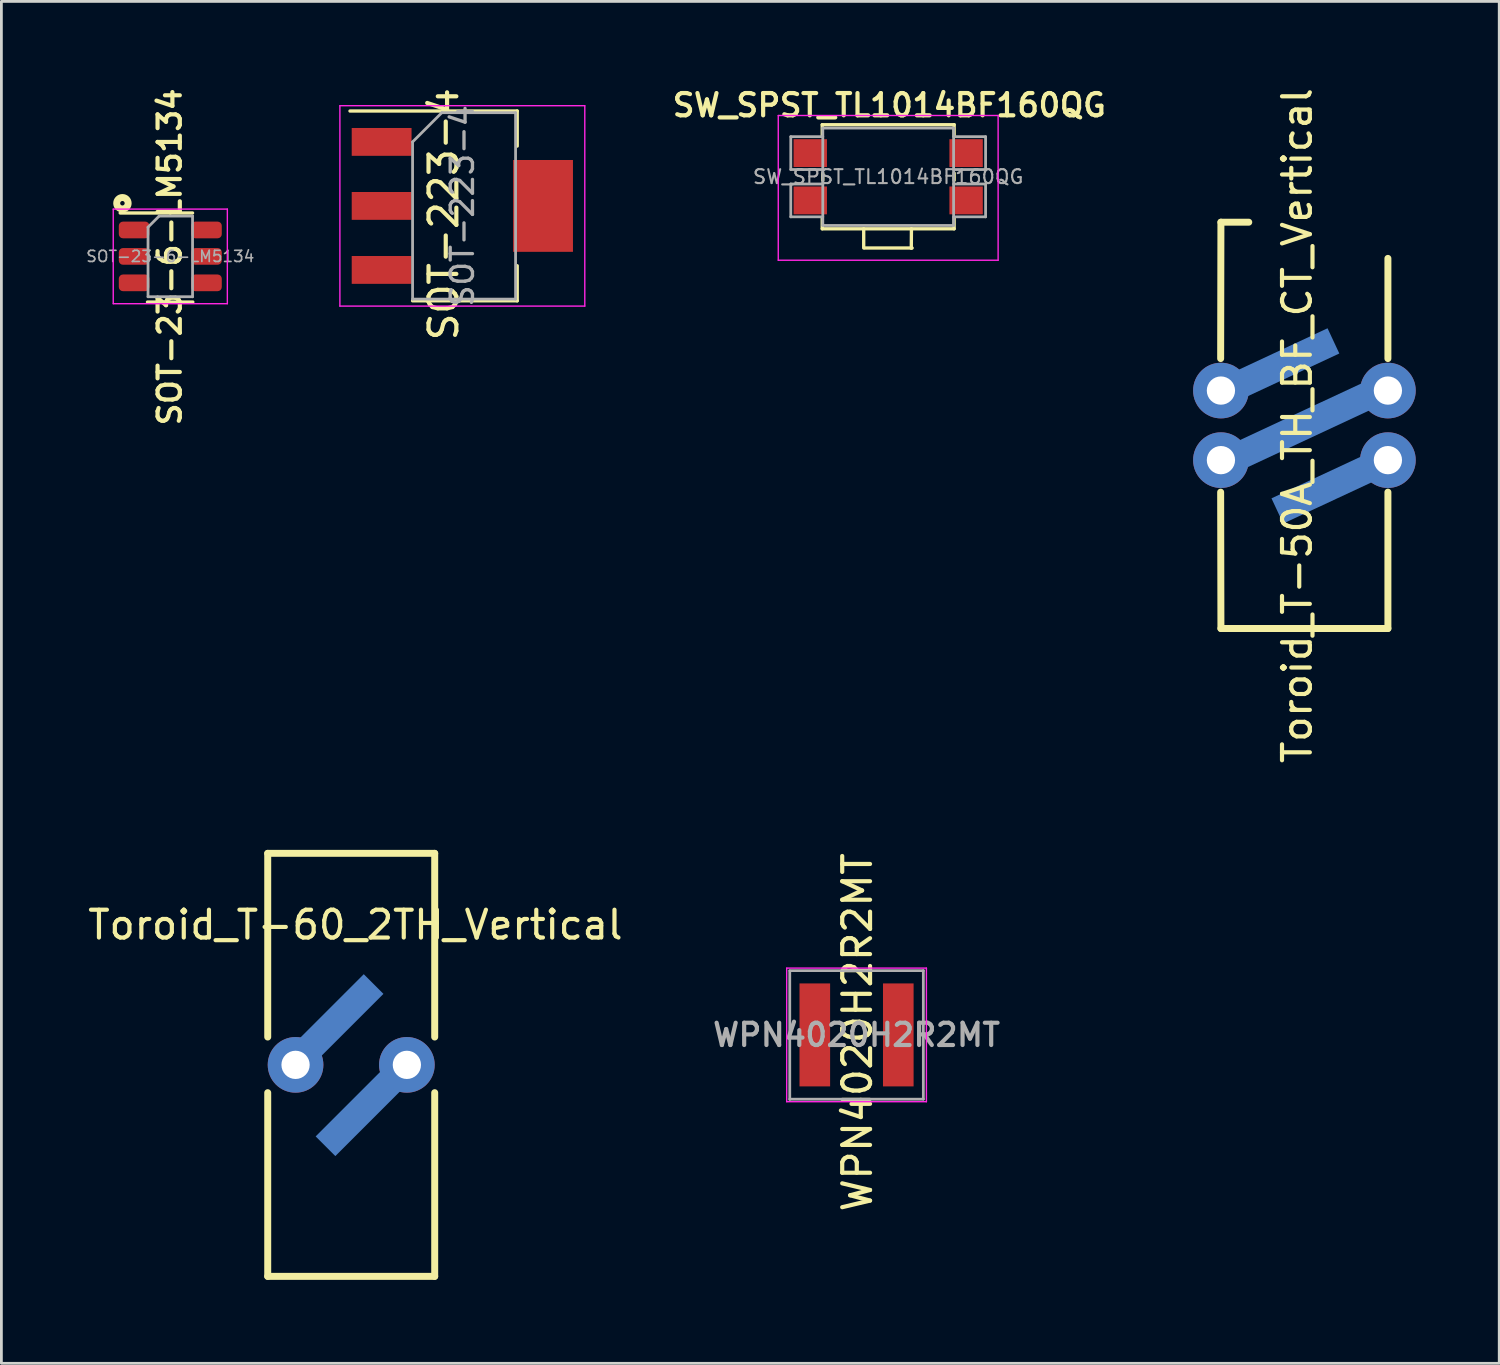
<source format=kicad_pcb>
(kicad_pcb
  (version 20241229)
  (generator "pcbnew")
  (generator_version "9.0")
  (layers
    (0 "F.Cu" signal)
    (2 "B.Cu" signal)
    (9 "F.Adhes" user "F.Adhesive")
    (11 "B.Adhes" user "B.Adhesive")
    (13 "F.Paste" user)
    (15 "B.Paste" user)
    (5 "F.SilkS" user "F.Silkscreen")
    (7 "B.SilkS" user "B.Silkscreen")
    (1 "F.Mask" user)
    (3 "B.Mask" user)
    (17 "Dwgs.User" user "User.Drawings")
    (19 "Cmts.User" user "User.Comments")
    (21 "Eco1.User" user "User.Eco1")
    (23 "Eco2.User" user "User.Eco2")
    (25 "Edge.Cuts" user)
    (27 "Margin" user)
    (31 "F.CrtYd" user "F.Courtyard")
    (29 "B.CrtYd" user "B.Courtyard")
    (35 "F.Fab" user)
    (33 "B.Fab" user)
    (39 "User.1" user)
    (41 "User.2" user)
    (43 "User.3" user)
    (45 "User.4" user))
  (footprint "SOT-223-4"
    (layer "F.Cu")
    (at 13.563 4.349)
    (property "Reference" "SOT-223-4" (at -0.67 0.3 90) (layer "F.SilkS") (effects (font (size 1 1) (thickness 0.15))))
    (attr smd)
    (fp_line (start -4.037 -3.41) (end 1.972 -3.41) (stroke (width 0.12) (type solid)) (layer "F.SilkS"))
    (fp_line (start -1.788 3.41) (end 1.972 3.41) (stroke (width 0.12) (type solid)) (layer "F.SilkS"))
    (fp_line (start 1.972 -3.41) (end 1.972 -2.15) (stroke (width 0.12) (type solid)) (layer "F.SilkS"))
    (fp_line (start 1.972 3.41) (end 1.972 2.15) (stroke (width 0.12) (type solid)) (layer "F.SilkS"))
    (fp_line (start -4.4 -3.6) (end -4.4 3.6) (stroke (width 0.05) (type solid)) (layer "F.CrtYd"))
    (fp_line (start -4.4 -3.6) (end 4.4 -3.6) (stroke (width 0.05) (type solid)) (layer "F.CrtYd"))
    (fp_line (start 4.4 3.6) (end -4.4 3.6) (stroke (width 0.05) (type solid)) (layer "F.CrtYd"))
    (fp_line (start 4.4 3.6) (end 4.4 -3.6) (stroke (width 0.05) (type solid)) (layer "F.CrtYd"))
    (fp_line (start -1.788 -2.3) (end -1.788 3.35) (stroke (width 0.1) (type solid)) (layer "F.Fab"))
    (fp_line (start -1.788 -2.3) (end -0.738 -3.35) (stroke (width 0.1) (type solid)) (layer "F.Fab"))
    (fp_line (start -1.788 3.35) (end 1.913 3.35) (stroke (width 0.1) (type solid)) (layer "F.Fab"))
    (fp_line (start -0.738 -3.35) (end 1.913 -3.35) (stroke (width 0.1) (type solid)) (layer "F.Fab"))
    (fp_line (start 1.913 -3.35) (end 1.913 3.35) (stroke (width 0.1) (type solid)) (layer "F.Fab"))
    (fp_text user "${REFERENCE}" (at 0 0 90) (layer "F.Fab") (effects (font (size 0.8 0.8) (thickness 0.12))))
    (pad "1" smd rect (at -2.9 -2.3) (size 2.15 1) (layers "F.Cu" "F.Mask" "F.Paste"))
    (pad "2" smd rect (at -2.9 0) (size 2.15 1) (layers "F.Cu" "F.Mask" "F.Paste"))
    (pad "2" smd rect (at 2.9 0) (size 2.15 3.3) (layers "F.Cu" "F.Mask" "F.Paste"))
    (pad "3" smd rect (at -2.9 2.3) (size 2.15 1) (layers "F.Cu" "F.Mask" "F.Paste")))
  (footprint "Toroid_T-50A_TH_BF_CT_Vertical"
    (layer "F.Cu")
    (at 43.821 12.234)
    (property "Reference" "Toroid_T-50A_TH_BF_CT_Vertical" (at -0.26 0.01 270) (layer "F.SilkS") (effects (font (size 1 1) (thickness 0.15))))
    (attr through_hole)
    (fp_line (start -3.01 -2.4) (end -3 -7.3) (stroke (width 0.25) (type solid)) (layer "F.SilkS"))
    (fp_line (start -3 -7.3) (end -2 -7.3) (stroke (width 0.25) (type solid)) (layer "F.SilkS"))
    (fp_line (start -3 7.3) (end -3.01 2.4) (stroke (width 0.25) (type solid)) (layer "F.SilkS"))
    (fp_line (start 3 -6) (end 3 -2.4) (stroke (width 0.25) (type solid)) (layer "F.SilkS"))
    (fp_line (start 3 2.4) (end 3 7.3) (stroke (width 0.25) (type solid)) (layer "F.SilkS"))
    (fp_line (start 3 7.3) (end -3 7.3) (stroke (width 0.25) (type solid)) (layer "F.SilkS"))
    (pad "1" thru_hole circle (at -3 -1.25) (size 2 2) (drill 1.016) (layers "*.Cu" "*.Mask"))
    (pad "1" smd rect (at -0.77 -2.19 25) (size 4 1) (layers "B.Cu" "B.Mask" "B.Paste"))
    (pad "2" thru_hole circle (at -3 1.25) (size 2 2) (drill 1.016) (layers "*.Cu" "*.Mask"))
    (pad "2" smd rect (at 0 0 25) (size 6 1) (layers "B.Cu" "B.Mask" "B.Paste"))
    (pad "2" thru_hole circle (at 3 -1.25) (size 2 2) (drill 1.016) (layers "*.Cu" "*.Mask"))
    (pad "3" smd rect (at 0.84 2.23 25) (size 4 1) (layers "B.Cu" "B.Mask" "B.Paste"))
    (pad "3" thru_hole circle (at 3 1.25) (size 2 2) (drill 1.016) (layers "*.Cu" "*.Mask")))
  (footprint "SW_SPST_TL1014BF160QG"
    (layer "F.Cu")
    (at 28.865 3.301)
    (property "Reference" "SW_SPST_TL1014BF160QG" (at 0.04 -2.57 0) (layer "F.SilkS") (effects (font (size 0.8 0.8) (thickness 0.15))))
    (attr smd)
    (fp_line (start -2.37 -1.87) (end -2.37 -1.47) (stroke (width 0.12) (type solid)) (layer "F.SilkS"))
    (fp_line (start -2.37 -1.87) (end 2.37 -1.87) (stroke (width 0.12) (type solid)) (layer "F.SilkS"))
    (fp_line (start -2.37 1.87) (end -2.37 1.47) (stroke (width 0.12) (type solid)) (layer "F.SilkS"))
    (fp_line (start -2.37 1.87) (end 2.37 1.87) (stroke (width 0.12) (type solid)) (layer "F.SilkS"))
    (fp_line (start -2.35 0.13) (end -2.35 -0.13) (stroke (width 0.12) (type solid)) (layer "F.SilkS"))
    (fp_line (start -0.88 2.56) (end -0.88 1.87) (stroke (width 0.12) (type solid)) (layer "F.SilkS"))
    (fp_line (start -0.84 2.56) (end 0.86 2.56) (stroke (width 0.12) (type solid)) (layer "F.SilkS"))
    (fp_line (start 0.83 2.57) (end 0.835 1.87) (stroke (width 0.12) (type solid)) (layer "F.SilkS"))
    (fp_line (start 2.37 -1.87) (end 2.37 -1.47) (stroke (width 0.12) (type solid)) (layer "F.SilkS"))
    (fp_line (start 2.37 0.13) (end 2.37 -0.13) (stroke (width 0.12) (type solid)) (layer "F.SilkS"))
    (fp_line (start 2.37 1.87) (end 2.37 1.47) (stroke (width 0.12) (type solid)) (layer "F.SilkS"))
    (fp_line (start -3.95 -2.2) (end 3.95 -2.2) (stroke (width 0.05) (type solid)) (layer "F.CrtYd"))
    (fp_line (start -3.95 3) (end -3.95 -2.2) (stroke (width 0.05) (type solid)) (layer "F.CrtYd"))
    (fp_line (start 3.95 -2.2) (end 3.95 3) (stroke (width 0.05) (type solid)) (layer "F.CrtYd"))
    (fp_line (start 3.95 3) (end -3.95 3) (stroke (width 0.05) (type solid)) (layer "F.CrtYd"))
    (fp_line (start -3.5 -1.44) (end -3.5 -0.26) (stroke (width 0.1) (type solid)) (layer "F.Fab"))
    (fp_line (start -3.5 -0.26) (end -2.35 -0.26) (stroke (width 0.1) (type solid)) (layer "F.Fab"))
    (fp_line (start -3.5 0.26) (end -3.5 1.44) (stroke (width 0.1) (type solid)) (layer "F.Fab"))
    (fp_line (start -3.5 1.44) (end -2.35 1.44) (stroke (width 0.1) (type solid)) (layer "F.Fab"))
    (fp_line (start -2.35 -1.75) (end 2.35 -1.75) (stroke (width 0.1) (type solid)) (layer "F.Fab"))
    (fp_line (start -2.35 -1.44) (end -3.5 -1.44) (stroke (width 0.1) (type solid)) (layer "F.Fab"))
    (fp_line (start -2.35 0.26) (end -3.5 0.26) (stroke (width 0.1) (type solid)) (layer "F.Fab"))
    (fp_line (start -2.35 1.75) (end -2.35 -1.75) (stroke (width 0.1) (type solid)) (layer "F.Fab"))
    (fp_line (start 2.35 -1.75) (end 2.35 1.75) (stroke (width 0.1) (type solid)) (layer "F.Fab"))
    (fp_line (start 2.35 -0.26) (end 3.5 -0.26) (stroke (width 0.1) (type solid)) (layer "F.Fab"))
    (fp_line (start 2.35 0.26) (end 3.5 0.26) (stroke (width 0.1) (type solid)) (layer "F.Fab"))
    (fp_line (start 2.35 1.75) (end -2.35 1.75) (stroke (width 0.1) (type solid)) (layer "F.Fab"))
    (fp_line (start 3.5 -1.44) (end 2.35 -1.44) (stroke (width 0.1) (type solid)) (layer "F.Fab"))
    (fp_line (start 3.5 -0.26) (end 3.5 -1.44) (stroke (width 0.1) (type solid)) (layer "F.Fab"))
    (fp_line (start 3.5 1.44) (end 2.35 1.44) (stroke (width 0.1) (type solid)) (layer "F.Fab"))
    (fp_line (start 3.5 1.44) (end 3.5 0.26) (stroke (width 0.1) (type solid)) (layer "F.Fab"))
    (fp_text user "${REFERENCE}" (at 0 0 0) (layer "F.Fab") (effects (font (size 0.5 0.5) (thickness 0.075))))
    (pad "" np_thru_hole circle (at 0 -1.375) (size 0.001 0.001) (drill 0.75) (layers "*.Cu" "*.Mask"))
    (pad "" np_thru_hole circle (at 0 1.375) (size 0.001 0.001) (drill 0.75) (layers "*.Cu" "*.Mask"))
    (pad "1" smd rect (at -2.8 -0.85) (size 1.2 1) (layers "F.Cu" "F.Mask" "F.Paste"))
    (pad "1" smd rect (at 2.8 -0.85) (size 1.2 1) (layers "F.Cu" "F.Mask" "F.Paste"))
    (pad "2" smd rect (at -2.8 0.85) (size 1.2 1) (layers "F.Cu" "F.Mask" "F.Paste"))
    (pad "2" smd rect (at 2.8 0.85) (size 1.2 1) (layers "F.Cu" "F.Mask" "F.Paste")))
  (footprint "SOT-23-6-LM5134"
    (layer "F.Cu")
    (at 3.069 6.163)
    (property "Reference" "SOT-23-6-LM5134" (at -0.02 0.02 270) (layer "F.SilkS") (effects (font (size 0.8 0.8) (thickness 0.15))))
    (attr smd)
    (fp_line (start -0.02 1.64) (end -0.82 1.64) (stroke (width 0.12) (type solid)) (layer "F.SilkS"))
    (fp_line (start 0 -1.56) (end -1.8 -1.56) (stroke (width 0.12) (type solid)) (layer "F.SilkS"))
    (fp_line (start 0 -1.56) (end 0.8 -1.56) (stroke (width 0.12) (type solid)) (layer "F.SilkS"))
    (fp_line (start 0.01 1.64) (end 0.81 1.64) (stroke (width 0.12) (type solid)) (layer "F.SilkS"))
    (fp_circle (center -1.72 -1.91) (end -1.64 -1.92) (stroke (width 0.25) (type solid)) (fill no) (layer "F.SilkS"))
    (fp_line (start -2.05 -1.7) (end -2.05 1.7) (stroke (width 0.05) (type solid)) (layer "F.CrtYd"))
    (fp_line (start -2.05 1.7) (end 2.05 1.7) (stroke (width 0.05) (type solid)) (layer "F.CrtYd"))
    (fp_line (start 2.05 -1.7) (end -2.05 -1.7) (stroke (width 0.05) (type solid)) (layer "F.CrtYd"))
    (fp_line (start 2.05 1.7) (end 2.05 -1.7) (stroke (width 0.05) (type solid)) (layer "F.CrtYd"))
    (fp_line (start -0.8 -1.05) (end -0.4 -1.45) (stroke (width 0.1) (type solid)) (layer "F.Fab"))
    (fp_line (start -0.8 1.45) (end -0.8 -1.05) (stroke (width 0.1) (type solid)) (layer "F.Fab"))
    (fp_line (start -0.4 -1.45) (end 0.8 -1.45) (stroke (width 0.1) (type solid)) (layer "F.Fab"))
    (fp_line (start 0.8 -1.45) (end 0.8 1.45) (stroke (width 0.1) (type solid)) (layer "F.Fab"))
    (fp_line (start 0.8 1.45) (end -0.8 1.45) (stroke (width 0.1) (type solid)) (layer "F.Fab"))
    (fp_text user "${REFERENCE}" (at 0 0 180) (layer "F.Fab") (effects (font (size 0.4 0.4) (thickness 0.06))))
    (pad "1" smd roundrect (at -1.3 -0.95) (size 1.1 0.6) (layers "F.Cu" "F.Mask" "F.Paste") (roundrect_rratio 0.25))
    (pad "2" smd roundrect (at -1.3 0) (size 1.1 0.6) (layers "F.Cu" "F.Mask" "F.Paste") (roundrect_rratio 0.25))
    (pad "3" smd roundrect (at -1.3 0.95) (size 1.1 0.6) (layers "F.Cu" "F.Mask" "F.Paste") (roundrect_rratio 0.25))
    (pad "4" smd roundrect (at 1.3 0.95) (size 1.1 0.6) (layers "F.Cu" "F.Mask" "F.Paste") (roundrect_rratio 0.25))
    (pad "5" smd roundrect (at 1.3 0) (size 1.1 0.6) (layers "F.Cu" "F.Mask" "F.Paste") (roundrect_rratio 0.25))
    (pad "6" smd roundrect (at 1.3 -0.95) (size 1.1 0.6) (layers "F.Cu" "F.Mask" "F.Paste") (roundrect_rratio 0.25)))
  (footprint "WPN4020H2R2MT"
    (layer "F.Cu")
    (at 27.728 34.137)
    (property "Reference" "WPN4020H2R2MT" (at 0.03 -0.095 90) (layer "F.SilkS") (effects (font (size 1 1) (thickness 0.15))))
    (attr smd)
    (fp_line (start -0.515 2.32) (end 0.475 2.32) (stroke (width 0.12) (type solid)) (layer "F.SilkS"))
    (fp_line (start -0.505 -2.31) (end 0.485 -2.31) (stroke (width 0.12) (type solid)) (layer "F.SilkS"))
    (fp_line (start -2.51 -2.4) (end -2.51 2.4) (stroke (width 0.05) (type solid)) (layer "F.CrtYd"))
    (fp_line (start -2.51 2.4) (end 2.51 2.4) (stroke (width 0.05) (type solid)) (layer "F.CrtYd"))
    (fp_line (start 2.51 -2.4) (end -2.51 -2.4) (stroke (width 0.05) (type solid)) (layer "F.CrtYd"))
    (fp_line (start 2.51 2.4) (end 2.51 -2.4) (stroke (width 0.05) (type solid)) (layer "F.CrtYd"))
    (fp_line (start -2.4 -2.3) (end -2.4 2.32) (stroke (width 0.1) (type solid)) (layer "F.Fab"))
    (fp_line (start -2.4 2.31) (end 2.4 2.31) (stroke (width 0.1) (type solid)) (layer "F.Fab"))
    (fp_line (start 2.4 -2.31) (end -2.4 -2.31) (stroke (width 0.1) (type solid)) (layer "F.Fab"))
    (fp_line (start 2.4 2.31) (end 2.4 -2.31) (stroke (width 0.1) (type solid)) (layer "F.Fab"))
    (fp_text user "${REFERENCE}" (at 0 0 180) (layer "F.Fab") (effects (font (size 0.8 0.8) (thickness 0.15))))
    (pad "1" smd rect (at -1.5 0) (size 1.1 3.7) (layers "F.Cu" "F.Mask" "F.Paste"))
    (pad "2" smd rect (at 1.5 0) (size 1.1 3.7) (layers "F.Cu" "F.Mask" "F.Paste")))
  (footprint "Toroid_T-60_2TH_Vertical"
    (layer "F.Cu")
    (at 9.57 35.213)
    (property "Reference" "Toroid_T-60_2TH_Vertical" (at 0.15 -5.03 0) (layer "F.SilkS") (effects (font (size 1 1) (thickness 0.15))))
    (attr through_hole)
    (fp_line (start -3 -7.6) (end 3 -7.6) (stroke (width 0.25) (type solid)) (layer "F.SilkS"))
    (fp_line (start -3 -1) (end -3 -7.6) (stroke (width 0.25) (type solid)) (layer "F.SilkS"))
    (fp_line (start -3 7.6) (end -3 1) (stroke (width 0.25) (type solid)) (layer "F.SilkS"))
    (fp_line (start 3 -7.6) (end 3 -1) (stroke (width 0.25) (type solid)) (layer "F.SilkS"))
    (fp_line (start 3 1) (end 3 7.6) (stroke (width 0.25) (type solid)) (layer "F.SilkS"))
    (fp_line (start 3 7.6) (end -3 7.6) (stroke (width 0.25) (type solid)) (layer "F.SilkS"))
    (pad "1" thru_hole circle (at -2 0) (size 2 2) (drill 1.016) (layers "*.Cu" "*.Mask"))
    (pad "1" smd rect (at -0.61 -1.49 45) (size 4 1) (layers "B.Cu" "B.Mask" "B.Paste"))
    (pad "2" smd rect (at 0.49 1.51 45) (size 4 1) (layers "B.Cu" "B.Mask" "B.Paste"))
    (pad "2" thru_hole circle (at 2 0) (size 2 2) (drill 1.016) (layers "*.Cu" "*.Mask")))
  (gr_rect
    (start -3 -3)
    (end 50.821 45.938)
    (stroke (width 0.1) (type default))
    (fill no)
    (layer "Edge.Cuts")))
</source>
